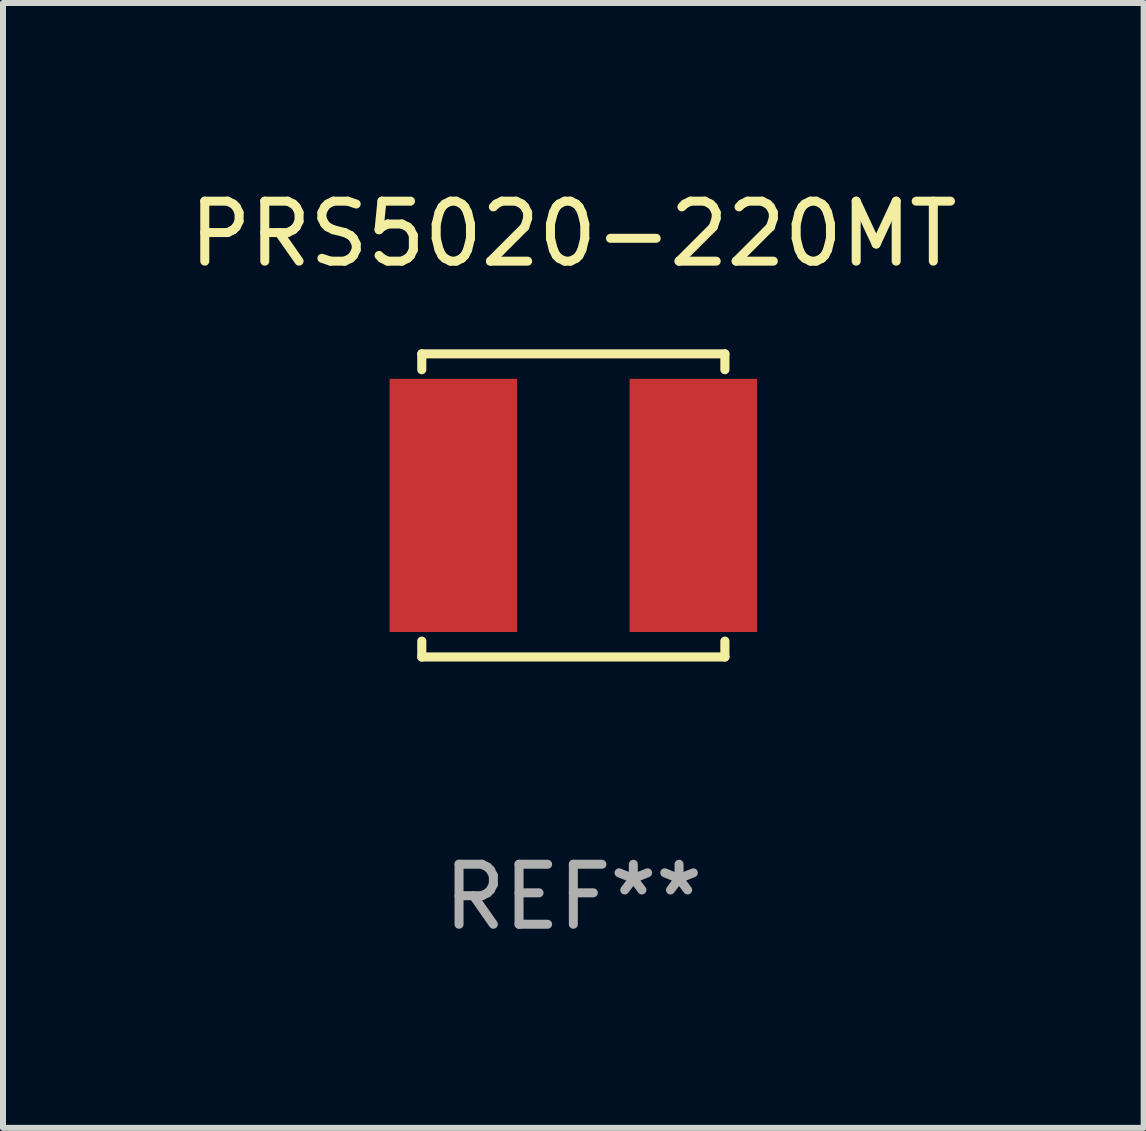
<source format=kicad_pcb>
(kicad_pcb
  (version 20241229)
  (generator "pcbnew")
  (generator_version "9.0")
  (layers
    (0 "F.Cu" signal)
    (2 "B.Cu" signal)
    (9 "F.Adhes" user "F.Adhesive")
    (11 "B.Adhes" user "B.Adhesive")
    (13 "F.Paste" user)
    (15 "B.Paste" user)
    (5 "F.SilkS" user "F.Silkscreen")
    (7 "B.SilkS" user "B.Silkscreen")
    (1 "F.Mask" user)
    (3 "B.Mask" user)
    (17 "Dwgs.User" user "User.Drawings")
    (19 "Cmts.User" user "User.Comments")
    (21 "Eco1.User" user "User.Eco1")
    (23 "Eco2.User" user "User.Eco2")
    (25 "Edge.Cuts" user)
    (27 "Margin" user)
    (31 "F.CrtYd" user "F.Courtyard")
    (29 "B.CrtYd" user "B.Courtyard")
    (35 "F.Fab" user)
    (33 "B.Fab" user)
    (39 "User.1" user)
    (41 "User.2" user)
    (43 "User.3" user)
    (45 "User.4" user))
  (footprint "PRS5020-220MT"
    (layer "F.Cu")
    (at 6.506 5.374)
    (property "Reference" "PRS5020-220MT" (at 0 -4.526 0) (layer "F.SilkS") (effects (font (size 1 1) (thickness 0.15))))
    (attr through_hole)
    (fp_line (start -2.526 -2.526) (end 2.526 -2.526) (stroke (width 0.152) (type solid)) (layer "F.SilkS"))
    (fp_line (start -2.526 -2.262) (end -2.526 -2.526) (stroke (width 0.152) (type solid)) (layer "F.SilkS"))
    (fp_line (start -2.526 2.262) (end -2.526 2.526) (stroke (width 0.152) (type solid)) (layer "F.SilkS"))
    (fp_line (start -2.526 2.526) (end 2.526 2.526) (stroke (width 0.152) (type solid)) (layer "F.SilkS"))
    (fp_line (start 2.526 -2.526) (end 2.526 -2.262) (stroke (width 0.152) (type solid)) (layer "F.SilkS"))
    (fp_line (start 2.526 2.526) (end 2.526 2.262) (stroke (width 0.152) (type solid)) (layer "F.SilkS"))
    (fp_circle (center 2.5 -2.5) (end 2.53 -2.5) (stroke (width 0.06) (type solid)) (fill no) (layer "F.SilkS"))
    (fp_text user "REF**" (at 0 6.526 0) (layer "F.Fab") (effects (font (size 1 1) (thickness 0.15))))
    (pad "1" smd rect (at 2 0) (size 2.124 4.22) (layers "F.Cu" "F.Mask" "F.Paste"))
    (pad "2" smd rect (at -2 0) (size 2.124 4.22) (layers "F.Cu" "F.Mask" "F.Paste")))
  (gr_rect
    (start -3 -3)
    (end 16.012 15.749)
    (stroke (width 0.1) (type default))
    (fill no)
    (layer "Edge.Cuts")))
</source>
